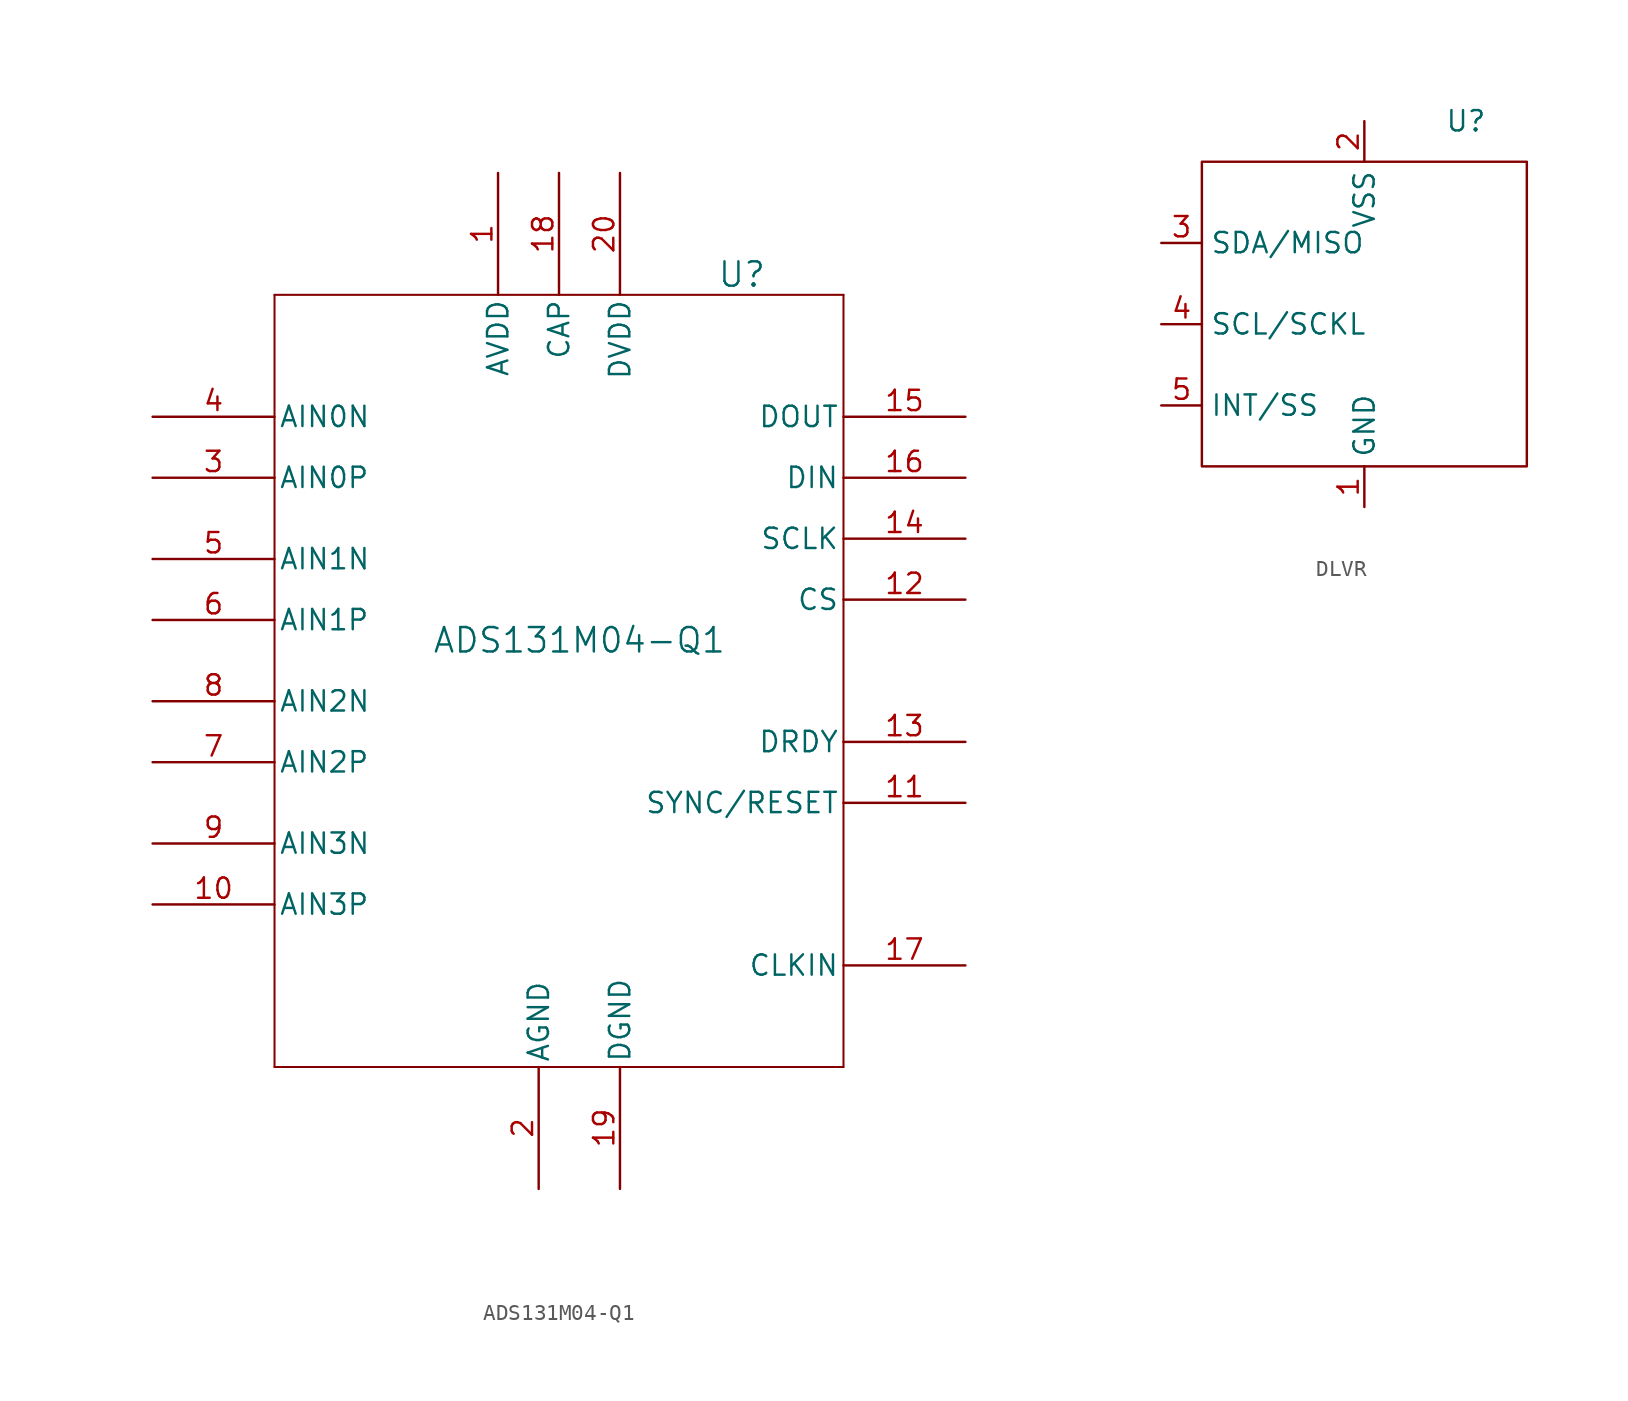
<source format=kicad_sym>
(kicad_symbol_lib
  (version 20220914)
  (generator kicad_symbol_editor)
  (symbol "ADS131M04-Q1"
    (pin_names
      (offset 0.254))
    (property "Reference" "U"
      (at 10.16 22.86 0)
      (effects (font (size 1.524 1.524))))
    (property "Value" "ADS131M04-Q1"
      (at 0 0 0)
      (effects (font (size 1.524 1.524))))
    (symbol "ADS131M04-Q1_0_1"
      (polyline (pts (xy -19.05 -26.67) (xy 16.51 -26.67)) (stroke (width 0.127) (type default)) (fill (type none)))
      (polyline (pts (xy -19.05 21.59) (xy -19.05 -26.67)) (stroke (width 0.127) (type default)) (fill (type none)))
      (polyline (pts (xy 16.51 -26.67) (xy 16.51 21.59)) (stroke (width 0.127) (type default)) (fill (type none)))
      (polyline (pts (xy 16.51 21.59) (xy -19.05 21.59)) (stroke (width 0.127) (type default)) (fill (type none)))
      (pin input line (at -26.67 -16.51 0) (length 7.62) (name "AIN3P" (effects (font (size 1.27 1.27)))) (number "10" (effects (font (size 1.27 1.27)))))
      (pin input line (at 24.13 -10.16 180) (length 7.62) (name "SYNC/RESET" (effects (font (size 1.27 1.27)))) (number "11" (effects (font (size 1.27 1.27)))))
      (pin input line (at 24.13 2.54 180) (length 7.62) (name "CS" (effects (font (size 1.27 1.27)))) (number "12" (effects (font (size 1.27 1.27)))))
      (pin output line (at 24.13 -6.35 180) (length 7.62) (name "DRDY" (effects (font (size 1.27 1.27)))) (number "13" (effects (font (size 1.27 1.27)))))
      (pin input line (at 24.13 6.35 180) (length 7.62) (name "SCLK" (effects (font (size 1.27 1.27)))) (number "14" (effects (font (size 1.27 1.27)))))
      (pin output line (at 24.13 13.97 180) (length 7.62) (name "DOUT" (effects (font (size 1.27 1.27)))) (number "15" (effects (font (size 1.27 1.27)))))
      (pin input line (at 24.13 10.16 180) (length 7.62) (name "DIN" (effects (font (size 1.27 1.27)))) (number "16" (effects (font (size 1.27 1.27)))))
      (pin input line (at 24.13 -20.32 180) (length 7.62) (name "CLKIN" (effects (font (size 1.27 1.27)))) (number "17" (effects (font (size 1.27 1.27)))))
      (pin output line (at -1.27 29.21 270) (length 7.62) (name "CAP" (effects (font (size 1.27 1.27)))) (number "18" (effects (font (size 1.27 1.27)))))
      (pin input line (at -26.67 10.16 0) (length 7.62) (name "AIN0P" (effects (font (size 1.27 1.27)))) (number "3" (effects (font (size 1.27 1.27)))))
      (pin input line (at -26.67 13.97 0) (length 7.62) (name "AIN0N" (effects (font (size 1.27 1.27)))) (number "4" (effects (font (size 1.27 1.27)))))
      (pin input line (at -26.67 5.08 0) (length 7.62) (name "AIN1N" (effects (font (size 1.27 1.27)))) (number "5" (effects (font (size 1.27 1.27)))))
      (pin input line (at -26.67 1.27 0) (length 7.62) (name "AIN1P" (effects (font (size 1.27 1.27)))) (number "6" (effects (font (size 1.27 1.27)))))
      (pin input line (at -26.67 -7.62 0) (length 7.62) (name "AIN2P" (effects (font (size 1.27 1.27)))) (number "7" (effects (font (size 1.27 1.27)))))
      (pin input line (at -26.67 -3.81 0) (length 7.62) (name "AIN2N" (effects (font (size 1.27 1.27)))) (number "8" (effects (font (size 1.27 1.27)))))
      (pin input line (at -26.67 -12.7 0) (length 7.62) (name "AIN3N" (effects (font (size 1.27 1.27)))) (number "9" (effects (font (size 1.27 1.27))))))
    (symbol "ADS131M04-Q1_1_1"
      (pin power_in line (at -5.08 29.21 270) (length 7.62) (name "AVDD" (effects (font (size 1.27 1.27)))) (number "1" (effects (font (size 1.27 1.27)))))
      (pin power_in line (at 2.54 -34.29 90) (length 7.62) (name "DGND" (effects (font (size 1.27 1.27)))) (number "19" (effects (font (size 1.27 1.27)))))
      (pin power_in line (at -2.54 -34.29 90) (length 7.62) (name "AGND" (effects (font (size 1.27 1.27)))) (number "2" (effects (font (size 1.27 1.27)))))
      (pin power_in line (at 2.54 29.21 270) (length 7.62) (name "DVDD" (effects (font (size 1.27 1.27)))) (number "20" (effects (font (size 1.27 1.27)))))))
  (symbol "DLVR"
    (property "Reference" "U"
      (at 6.35 11.43 0)
      (effects (font (size 1.27 1.27))))
    (property "Value" ""
      (at -10.16 3.81 0)
      (effects (font (size 1.27 1.27))))
    (symbol "DLVR_0_1"
      (rectangle (start -10.16 8.89) (end 10.16 -10.16) (stroke (width 0) (type default)) (fill (type none))))
    (symbol "DLVR_1_1"
      (pin power_in line (at 0 -12.7 90) (length 2.54) (name "GND" (effects (font (size 1.27 1.27)))) (number "1" (effects (font (size 1.27 1.27)))))
      (pin power_in line (at 0 11.43 270) (length 2.54) (name "VSS" (effects (font (size 1.27 1.27)))) (number "2" (effects (font (size 1.27 1.27)))))
      (pin bidirectional line (at -12.7 3.81 0) (length 2.54) (name "SDA/MISO" (effects (font (size 1.27 1.27)))) (number "3" (effects (font (size 1.27 1.27)))))
      (pin input line (at -12.7 -1.27 0) (length 2.54) (name "SCL/SCKL" (effects (font (size 1.27 1.27)))) (number "4" (effects (font (size 1.27 1.27)))))
      (pin input line (at -12.7 -6.35 0) (length 2.54) (name "INT/SS" (effects (font (size 1.27 1.27)))) (number "5" (effects (font (size 1.27 1.27)))))
      (pin no_connect line (at 10.16 -2.54 180) (length 2.54) hide (name "N/C" (effects (font (size 1.27 1.27)))) (number "6" (effects (font (size 1.27 1.27)))))
      (pin no_connect line (at 10.16 1.27 180) (length 2.54) hide (name "N/C" (effects (font (size 1.27 1.27)))) (number "7" (effects (font (size 1.27 1.27)))))
      (pin no_connect line (at 10.16 5.08 180) (length 2.54) hide (name "N/C" (effects (font (size 1.27 1.27)))) (number "8" (effects (font (size 1.27 1.27))))))))
</source>
